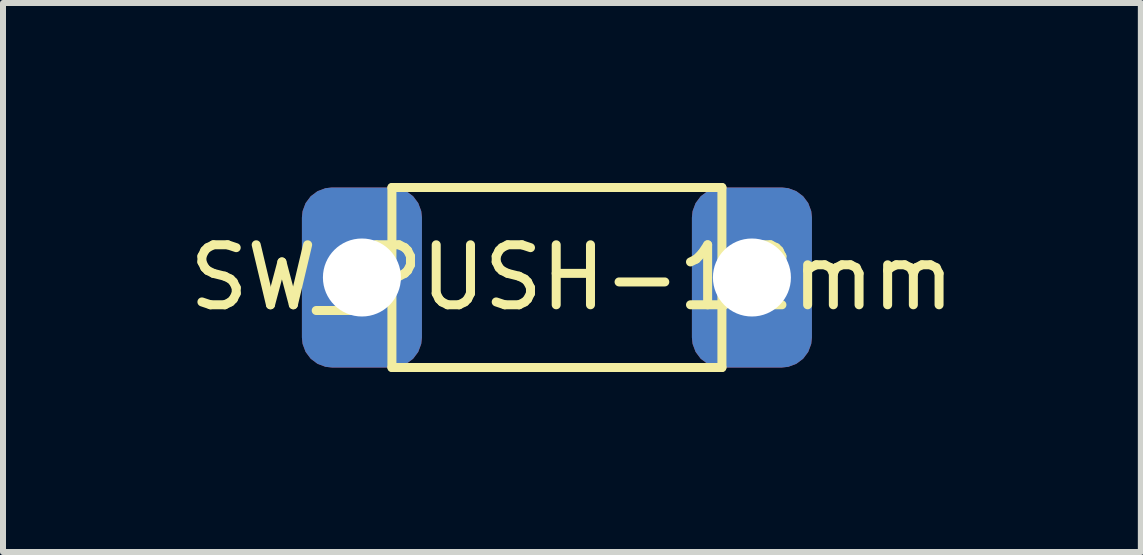
<source format=kicad_pcb>
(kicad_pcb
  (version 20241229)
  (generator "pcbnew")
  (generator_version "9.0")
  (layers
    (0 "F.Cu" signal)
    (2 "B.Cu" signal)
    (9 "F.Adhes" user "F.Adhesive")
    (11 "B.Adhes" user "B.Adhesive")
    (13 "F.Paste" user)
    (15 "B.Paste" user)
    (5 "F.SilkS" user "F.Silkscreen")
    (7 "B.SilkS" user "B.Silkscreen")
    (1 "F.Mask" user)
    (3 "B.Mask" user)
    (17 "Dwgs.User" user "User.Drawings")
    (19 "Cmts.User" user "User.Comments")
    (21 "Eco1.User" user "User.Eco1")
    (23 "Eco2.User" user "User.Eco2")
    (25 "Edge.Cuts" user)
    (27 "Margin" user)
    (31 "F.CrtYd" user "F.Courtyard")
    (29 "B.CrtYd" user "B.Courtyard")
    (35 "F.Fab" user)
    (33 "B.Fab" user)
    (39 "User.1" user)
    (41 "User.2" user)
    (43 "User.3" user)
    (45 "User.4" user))
  (footprint "SW_PUSH-12mm"
    (layer "F.Cu")
    (at 6.482 1.575)
    (property "Reference" "SW_PUSH-12mm" (at 0 0 0) (layer "F.SilkS") (effects (font (size 1 1) (thickness 0.15))))
    (attr through_hole)
    (fp_line (start -3 -1.5) (end 2.5 -1.5) (stroke (width 0.15) (type solid)) (layer "F.SilkS"))
    (fp_line (start -3 0) (end -3 -1.5) (stroke (width 0.15) (type solid)) (layer "F.SilkS"))
    (fp_line (start -3 1.5) (end -3 0) (stroke (width 0.15) (type solid)) (layer "F.SilkS"))
    (fp_line (start 2.5 -1.5) (end 2.5 1.5) (stroke (width 0.15) (type solid)) (layer "F.SilkS"))
    (fp_line (start 2.5 1.5) (end -3 1.5) (stroke (width 0.15) (type solid)) (layer "F.SilkS"))
    (pad "1" thru_hole roundrect (at -3.5 0) (size 2 3) (drill 1.3) (layers "*.Cu" "*.Mask") (roundrect_rratio 0.25))
    (pad "2" thru_hole roundrect (at 3 0) (size 2 3) (drill 1.3) (layers "*.Cu" "*.Mask") (roundrect_rratio 0.25)))
  (gr_rect
    (start -3 -3)
    (end 15.964 6.15)
    (stroke (width 0.1) (type default))
    (fill no)
    (layer "Edge.Cuts")))
</source>
